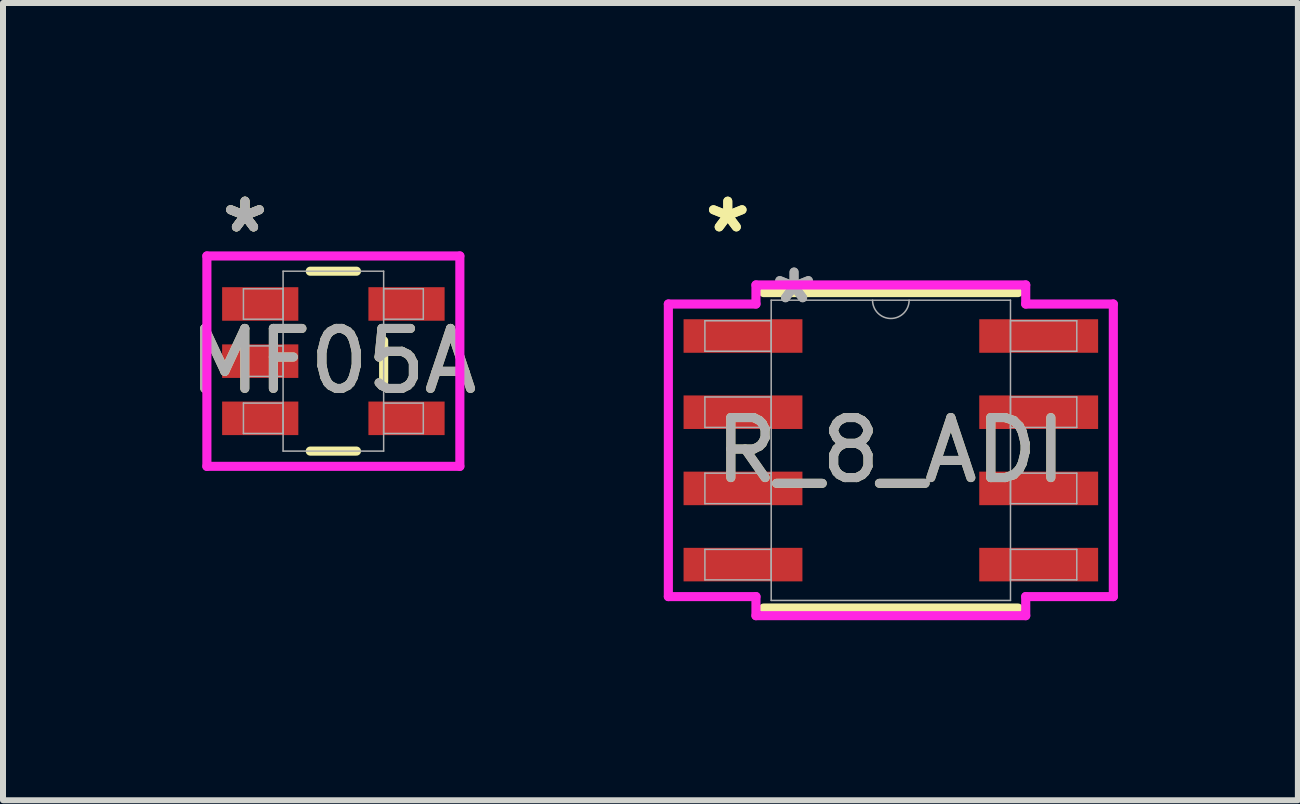
<source format=kicad_pcb>
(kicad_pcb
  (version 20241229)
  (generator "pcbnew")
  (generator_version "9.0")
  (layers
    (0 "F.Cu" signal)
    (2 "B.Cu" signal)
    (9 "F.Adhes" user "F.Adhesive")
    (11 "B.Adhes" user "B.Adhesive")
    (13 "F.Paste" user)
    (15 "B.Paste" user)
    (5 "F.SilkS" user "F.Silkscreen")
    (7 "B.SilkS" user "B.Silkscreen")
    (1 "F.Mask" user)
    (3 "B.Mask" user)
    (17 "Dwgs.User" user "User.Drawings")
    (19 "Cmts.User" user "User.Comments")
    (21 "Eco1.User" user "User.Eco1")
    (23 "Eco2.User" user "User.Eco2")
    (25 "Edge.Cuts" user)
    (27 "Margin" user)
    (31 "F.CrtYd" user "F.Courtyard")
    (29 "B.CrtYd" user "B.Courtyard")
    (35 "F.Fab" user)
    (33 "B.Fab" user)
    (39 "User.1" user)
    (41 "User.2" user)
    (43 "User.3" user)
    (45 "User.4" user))
  (footprint "R_8_ADI"
    (layer "F.Cu")
    (at 11.797 4.455)
    (property "Reference" "R_8_ADI" (at 0 0 0) (unlocked yes) (layer "F.SilkS") (effects (font (size 1 1) (thickness 0.15))))
    (attr smd)
    (fp_line (start -2.121 2.629) (end 2.121 2.629) (stroke (width 0.152) (type solid)) (layer "F.SilkS"))
    (fp_line (start 2.121 -2.629) (end -2.121 -2.629) (stroke (width 0.152) (type solid)) (layer "F.SilkS"))
    (fp_line (start -3.708 -2.438) (end -2.248 -2.438) (stroke (width 0.152) (type solid)) (layer "F.CrtYd"))
    (fp_line (start -3.708 2.438) (end -3.708 -2.438) (stroke (width 0.152) (type solid)) (layer "F.CrtYd"))
    (fp_line (start -3.708 2.438) (end -2.248 2.438) (stroke (width 0.152) (type solid)) (layer "F.CrtYd"))
    (fp_line (start -2.248 -2.756) (end 2.248 -2.756) (stroke (width 0.152) (type solid)) (layer "F.CrtYd"))
    (fp_line (start -2.248 -2.438) (end -2.248 -2.756) (stroke (width 0.152) (type solid)) (layer "F.CrtYd"))
    (fp_line (start -2.248 2.756) (end -2.248 2.438) (stroke (width 0.152) (type solid)) (layer "F.CrtYd"))
    (fp_line (start 2.248 -2.756) (end 2.248 -2.438) (stroke (width 0.152) (type solid)) (layer "F.CrtYd"))
    (fp_line (start 2.248 2.438) (end 2.248 2.756) (stroke (width 0.152) (type solid)) (layer "F.CrtYd"))
    (fp_line (start 2.248 2.756) (end -2.248 2.756) (stroke (width 0.152) (type solid)) (layer "F.CrtYd"))
    (fp_line (start 3.708 -2.438) (end 2.248 -2.438) (stroke (width 0.152) (type solid)) (layer "F.CrtYd"))
    (fp_line (start 3.708 -2.438) (end 3.708 2.438) (stroke (width 0.152) (type solid)) (layer "F.CrtYd"))
    (fp_line (start 3.708 2.438) (end 2.248 2.438) (stroke (width 0.152) (type solid)) (layer "F.CrtYd"))
    (fp_line (start -3.099 -2.159) (end -3.099 -1.651) (stroke (width 0.025) (type solid)) (layer "F.Fab"))
    (fp_line (start -3.099 -1.651) (end -1.994 -1.651) (stroke (width 0.025) (type solid)) (layer "F.Fab"))
    (fp_line (start -3.099 -0.889) (end -3.099 -0.381) (stroke (width 0.025) (type solid)) (layer "F.Fab"))
    (fp_line (start -3.099 -0.381) (end -1.994 -0.381) (stroke (width 0.025) (type solid)) (layer "F.Fab"))
    (fp_line (start -3.099 0.381) (end -3.099 0.889) (stroke (width 0.025) (type solid)) (layer "F.Fab"))
    (fp_line (start -3.099 0.889) (end -1.994 0.889) (stroke (width 0.025) (type solid)) (layer "F.Fab"))
    (fp_line (start -3.099 1.651) (end -3.099 2.159) (stroke (width 0.025) (type solid)) (layer "F.Fab"))
    (fp_line (start -3.099 2.159) (end -1.994 2.159) (stroke (width 0.025) (type solid)) (layer "F.Fab"))
    (fp_line (start -1.994 -2.502) (end -1.994 2.502) (stroke (width 0.025) (type solid)) (layer "F.Fab"))
    (fp_line (start -1.994 -2.159) (end -3.099 -2.159) (stroke (width 0.025) (type solid)) (layer "F.Fab"))
    (fp_line (start -1.994 -1.651) (end -1.994 -2.159) (stroke (width 0.025) (type solid)) (layer "F.Fab"))
    (fp_line (start -1.994 -0.889) (end -3.099 -0.889) (stroke (width 0.025) (type solid)) (layer "F.Fab"))
    (fp_line (start -1.994 -0.381) (end -1.994 -0.889) (stroke (width 0.025) (type solid)) (layer "F.Fab"))
    (fp_line (start -1.994 0.381) (end -3.099 0.381) (stroke (width 0.025) (type solid)) (layer "F.Fab"))
    (fp_line (start -1.994 0.889) (end -1.994 0.381) (stroke (width 0.025) (type solid)) (layer "F.Fab"))
    (fp_line (start -1.994 1.651) (end -3.099 1.651) (stroke (width 0.025) (type solid)) (layer "F.Fab"))
    (fp_line (start -1.994 2.159) (end -1.994 1.651) (stroke (width 0.025) (type solid)) (layer "F.Fab"))
    (fp_line (start -1.994 2.502) (end 1.994 2.502) (stroke (width 0.025) (type solid)) (layer "F.Fab"))
    (fp_line (start 1.994 -2.502) (end -1.994 -2.502) (stroke (width 0.025) (type solid)) (layer "F.Fab"))
    (fp_line (start 1.994 -2.159) (end 1.994 -1.651) (stroke (width 0.025) (type solid)) (layer "F.Fab"))
    (fp_line (start 1.994 -1.651) (end 3.099 -1.651) (stroke (width 0.025) (type solid)) (layer "F.Fab"))
    (fp_line (start 1.994 -0.889) (end 1.994 -0.381) (stroke (width 0.025) (type solid)) (layer "F.Fab"))
    (fp_line (start 1.994 -0.381) (end 3.099 -0.381) (stroke (width 0.025) (type solid)) (layer "F.Fab"))
    (fp_line (start 1.994 0.381) (end 1.994 0.889) (stroke (width 0.025) (type solid)) (layer "F.Fab"))
    (fp_line (start 1.994 0.889) (end 3.099 0.889) (stroke (width 0.025) (type solid)) (layer "F.Fab"))
    (fp_line (start 1.994 1.651) (end 1.994 2.159) (stroke (width 0.025) (type solid)) (layer "F.Fab"))
    (fp_line (start 1.994 2.159) (end 3.099 2.159) (stroke (width 0.025) (type solid)) (layer "F.Fab"))
    (fp_line (start 1.994 2.502) (end 1.994 -2.502) (stroke (width 0.025) (type solid)) (layer "F.Fab"))
    (fp_line (start 3.099 -2.159) (end 1.994 -2.159) (stroke (width 0.025) (type solid)) (layer "F.Fab"))
    (fp_line (start 3.099 -1.651) (end 3.099 -2.159) (stroke (width 0.025) (type solid)) (layer "F.Fab"))
    (fp_line (start 3.099 -0.889) (end 1.994 -0.889) (stroke (width 0.025) (type solid)) (layer "F.Fab"))
    (fp_line (start 3.099 -0.381) (end 3.099 -0.889) (stroke (width 0.025) (type solid)) (layer "F.Fab"))
    (fp_line (start 3.099 0.381) (end 1.994 0.381) (stroke (width 0.025) (type solid)) (layer "F.Fab"))
    (fp_line (start 3.099 0.889) (end 3.099 0.381) (stroke (width 0.025) (type solid)) (layer "F.Fab"))
    (fp_line (start 3.099 1.651) (end 1.994 1.651) (stroke (width 0.025) (type solid)) (layer "F.Fab"))
    (fp_line (start 3.099 2.159) (end 3.099 1.651) (stroke (width 0.025) (type solid)) (layer "F.Fab"))
    (fp_arc (start 0.3048 -2.5019) (mid 0 -2.1971) (end -0.3048 -2.5019) (stroke (width 0.0254) (type solid)) (layer "F.Fab"))
    (fp_text user "*" (at -2.718 -3.607 0) (layer "F.SilkS") (effects (font (size 1 1) (thickness 0.15))))
    (fp_text user "*" (at -2.718 -3.607 0) (unlocked yes) (layer "F.SilkS") (effects (font (size 1 1) (thickness 0.15))))
    (fp_text user "*" (at -1.613 -2.426 0) (layer "F.Fab") (effects (font (size 1 1) (thickness 0.15))))
    (fp_text user "*" (at -1.613 -2.426 0) (unlocked yes) (layer "F.Fab") (effects (font (size 1 1) (thickness 0.15))))
    (fp_text user "${REFERENCE}" (at 0 0 0) (unlocked yes) (layer "F.Fab") (effects (font (size 1 1) (thickness 0.15))))
    (pad "1" smd rect (at -2.464 -1.905) (size 1.981 0.559) (layers "F.Cu" "F.Mask" "F.Paste"))
    (pad "2" smd rect (at -2.464 -0.635) (size 1.981 0.559) (layers "F.Cu" "F.Mask" "F.Paste"))
    (pad "3" smd rect (at -2.464 0.635) (size 1.981 0.559) (layers "F.Cu" "F.Mask" "F.Paste"))
    (pad "4" smd rect (at -2.464 1.905) (size 1.981 0.559) (layers "F.Cu" "F.Mask" "F.Paste"))
    (pad "5" smd rect (at 2.464 1.905) (size 1.981 0.559) (layers "F.Cu" "F.Mask" "F.Paste"))
    (pad "6" smd rect (at 2.464 0.635) (size 1.981 0.559) (layers "F.Cu" "F.Mask" "F.Paste"))
    (pad "7" smd rect (at 2.464 -0.635) (size 1.981 0.559) (layers "F.Cu" "F.Mask" "F.Paste"))
    (pad "8" smd rect (at 2.464 -1.905) (size 1.981 0.559) (layers "F.Cu" "F.Mask" "F.Paste")))
  (footprint "MF05A"
    (layer "F.Cu")
    (at 2.506 2.969)
    (property "Reference" "MF05A" (at 0 0 0) (unlocked yes) (layer "F.SilkS") (effects (font (size 1 1) (thickness 0.15))))
    (attr smd)
    (fp_line (start -0.385 1.499) (end 0.385 1.499) (stroke (width 0.152) (type solid)) (layer "F.SilkS"))
    (fp_line (start 0.385 -1.499) (end -0.385 -1.499) (stroke (width 0.152) (type solid)) (layer "F.SilkS"))
    (fp_line (start 0.838 0.34) (end 0.838 -0.34) (stroke (width 0.152) (type solid)) (layer "F.SilkS"))
    (fp_line (start -2.108 -1.753) (end 2.108 -1.753) (stroke (width 0.152) (type solid)) (layer "F.CrtYd"))
    (fp_line (start -2.108 1.753) (end -2.108 -1.753) (stroke (width 0.152) (type solid)) (layer "F.CrtYd"))
    (fp_line (start 2.108 -1.753) (end 2.108 1.753) (stroke (width 0.152) (type solid)) (layer "F.CrtYd"))
    (fp_line (start 2.108 1.753) (end -2.108 1.753) (stroke (width 0.152) (type solid)) (layer "F.CrtYd"))
    (fp_line (start -1.499 -1.206) (end -1.499 -0.699) (stroke (width 0.025) (type solid)) (layer "F.Fab"))
    (fp_line (start -1.499 -0.699) (end -0.838 -0.699) (stroke (width 0.025) (type solid)) (layer "F.Fab"))
    (fp_line (start -1.499 -0.254) (end -1.499 0.254) (stroke (width 0.025) (type solid)) (layer "F.Fab"))
    (fp_line (start -1.499 0.254) (end -0.838 0.254) (stroke (width 0.025) (type solid)) (layer "F.Fab"))
    (fp_line (start -1.499 0.699) (end -1.499 1.206) (stroke (width 0.025) (type solid)) (layer "F.Fab"))
    (fp_line (start -1.499 1.206) (end -0.838 1.206) (stroke (width 0.025) (type solid)) (layer "F.Fab"))
    (fp_line (start -0.838 -1.499) (end -0.838 1.499) (stroke (width 0.025) (type solid)) (layer "F.Fab"))
    (fp_line (start -0.838 -1.206) (end -1.499 -1.206) (stroke (width 0.025) (type solid)) (layer "F.Fab"))
    (fp_line (start -0.838 -0.699) (end -0.838 -1.206) (stroke (width 0.025) (type solid)) (layer "F.Fab"))
    (fp_line (start -0.838 -0.254) (end -1.499 -0.254) (stroke (width 0.025) (type solid)) (layer "F.Fab"))
    (fp_line (start -0.838 0.254) (end -0.838 -0.254) (stroke (width 0.025) (type solid)) (layer "F.Fab"))
    (fp_line (start -0.838 0.699) (end -1.499 0.699) (stroke (width 0.025) (type solid)) (layer "F.Fab"))
    (fp_line (start -0.838 1.206) (end -0.838 0.699) (stroke (width 0.025) (type solid)) (layer "F.Fab"))
    (fp_line (start -0.838 1.499) (end 0.838 1.499) (stroke (width 0.025) (type solid)) (layer "F.Fab"))
    (fp_line (start 0.838 -1.499) (end -0.838 -1.499) (stroke (width 0.025) (type solid)) (layer "F.Fab"))
    (fp_line (start 0.838 -1.206) (end 0.838 -0.699) (stroke (width 0.025) (type solid)) (layer "F.Fab"))
    (fp_line (start 0.838 -0.699) (end 1.499 -0.699) (stroke (width 0.025) (type solid)) (layer "F.Fab"))
    (fp_line (start 0.838 0.699) (end 0.838 1.206) (stroke (width 0.025) (type solid)) (layer "F.Fab"))
    (fp_line (start 0.838 1.206) (end 1.499 1.206) (stroke (width 0.025) (type solid)) (layer "F.Fab"))
    (fp_line (start 0.838 1.499) (end 0.838 -1.499) (stroke (width 0.025) (type solid)) (layer "F.Fab"))
    (fp_line (start 1.499 -1.206) (end 0.838 -1.206) (stroke (width 0.025) (type solid)) (layer "F.Fab"))
    (fp_line (start 1.499 -0.699) (end 1.499 -1.206) (stroke (width 0.025) (type solid)) (layer "F.Fab"))
    (fp_line (start 1.499 0.699) (end 0.838 0.699) (stroke (width 0.025) (type solid)) (layer "F.Fab"))
    (fp_line (start 1.499 1.206) (end 1.499 0.699) (stroke (width 0.025) (type solid)) (layer "F.Fab"))
    (fp_text user "*" (at -1.473 -2.121 0) (unlocked yes) (layer "F.SilkS") (effects (font (size 1 1) (thickness 0.15))))
    (fp_text user "*" (at -1.473 -2.121 0) (layer "F.SilkS") (effects (font (size 1 1) (thickness 0.15))))
    (fp_text user "*" (at -1.473 -2.121 0) (unlocked yes) (layer "F.Fab") (effects (font (size 1 1) (thickness 0.15))))
    (fp_text user "*" (at -1.473 -2.121 0) (layer "F.Fab") (effects (font (size 1 1) (thickness 0.15))))
    (fp_text user "${REFERENCE}" (at 0 0 0) (unlocked yes) (layer "F.Fab") (effects (font (size 1 1) (thickness 0.15))))
    (pad "1" smd rect (at -1.219 -0.953) (size 1.27 0.559) (layers "F.Cu" "F.Mask" "F.Paste"))
    (pad "2" smd rect (at -1.219 0) (size 1.27 0.559) (layers "F.Cu" "F.Mask" "F.Paste"))
    (pad "3" smd rect (at -1.219 0.953) (size 1.27 0.559) (layers "F.Cu" "F.Mask" "F.Paste"))
    (pad "4" smd rect (at 1.219 0.953) (size 1.27 0.559) (layers "F.Cu" "F.Mask" "F.Paste"))
    (pad "5" smd rect (at 1.219 -0.953) (size 1.27 0.559) (layers "F.Cu" "F.Mask" "F.Paste")))
  (gr_rect
    (start -3 -3)
    (end 18.581 10.287)
    (stroke (width 0.1) (type default))
    (fill no)
    (layer "Edge.Cuts")))
</source>
